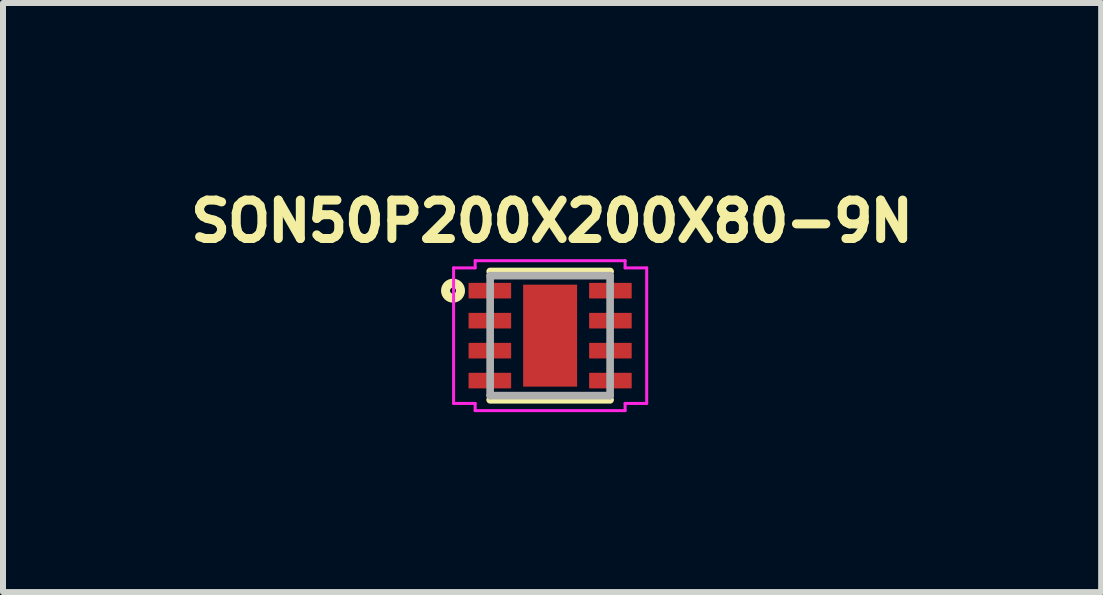
<source format=kicad_pcb>
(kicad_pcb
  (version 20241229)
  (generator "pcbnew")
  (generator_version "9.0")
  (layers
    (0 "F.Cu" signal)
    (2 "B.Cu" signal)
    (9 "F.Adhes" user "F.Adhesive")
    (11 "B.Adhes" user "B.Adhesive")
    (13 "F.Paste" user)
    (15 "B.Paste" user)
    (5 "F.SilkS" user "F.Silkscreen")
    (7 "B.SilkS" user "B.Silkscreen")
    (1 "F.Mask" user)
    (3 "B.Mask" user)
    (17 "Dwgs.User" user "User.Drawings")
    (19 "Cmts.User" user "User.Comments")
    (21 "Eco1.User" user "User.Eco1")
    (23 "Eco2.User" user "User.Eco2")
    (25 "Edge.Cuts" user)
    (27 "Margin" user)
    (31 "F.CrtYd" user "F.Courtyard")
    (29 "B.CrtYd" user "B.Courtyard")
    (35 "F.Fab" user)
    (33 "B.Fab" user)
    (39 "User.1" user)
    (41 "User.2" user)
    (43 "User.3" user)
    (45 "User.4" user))
  (footprint "SON50P200X200X80-9N"
    (layer "F.Cu")
    (at 6.122 2.546)
    (property "Reference" "SON50P200X200X80-9N" (at 0.032 -1.908 0) (layer "F.SilkS") (effects (font (size 0.641 0.641) (thickness 0.15))))
    (attr through_hole)
    (fp_line (start -1 -1.07) (end 1 -1.07) (stroke (width 0.127) (type solid)) (layer "F.SilkS"))
    (fp_line (start -1 1.07) (end 1 1.07) (stroke (width 0.127) (type solid)) (layer "F.SilkS"))
    (fp_circle (center -1.619 -0.75) (end -1.569 -0.75) (stroke (width 0.15) (type solid)) (fill no) (layer "F.SilkS"))
    (fp_poly (pts (xy -0.28 -0.54) (xy 0.28 -0.54) (xy 0.28 0.541) (xy -0.28 0.541)) (stroke (width 0.01) (type solid)) (fill yes) (layer "F.Paste"))
    (fp_line (start -1.61 -1.13) (end -1.25 -1.13) (stroke (width 0.05) (type solid)) (layer "F.CrtYd"))
    (fp_line (start -1.61 1.13) (end -1.61 -1.13) (stroke (width 0.05) (type solid)) (layer "F.CrtYd"))
    (fp_line (start -1.25 -1.25) (end 1.25 -1.25) (stroke (width 0.05) (type solid)) (layer "F.CrtYd"))
    (fp_line (start -1.25 -1.13) (end -1.25 -1.25) (stroke (width 0.05) (type solid)) (layer "F.CrtYd"))
    (fp_line (start -1.25 1.13) (end -1.61 1.13) (stroke (width 0.05) (type solid)) (layer "F.CrtYd"))
    (fp_line (start -1.25 1.25) (end -1.25 1.13) (stroke (width 0.05) (type solid)) (layer "F.CrtYd"))
    (fp_line (start 1.25 -1.25) (end 1.25 -1.13) (stroke (width 0.05) (type solid)) (layer "F.CrtYd"))
    (fp_line (start 1.25 -1.13) (end 1.61 -1.13) (stroke (width 0.05) (type solid)) (layer "F.CrtYd"))
    (fp_line (start 1.25 1.13) (end 1.25 1.25) (stroke (width 0.05) (type solid)) (layer "F.CrtYd"))
    (fp_line (start 1.25 1.25) (end -1.25 1.25) (stroke (width 0.05) (type solid)) (layer "F.CrtYd"))
    (fp_line (start 1.61 -1.13) (end 1.61 1.13) (stroke (width 0.05) (type solid)) (layer "F.CrtYd"))
    (fp_line (start 1.61 1.13) (end 1.25 1.13) (stroke (width 0.05) (type solid)) (layer "F.CrtYd"))
    (fp_line (start -1 -1) (end 1 -1) (stroke (width 0.127) (type solid)) (layer "F.Fab"))
    (fp_line (start -1 1) (end -1 -1) (stroke (width 0.127) (type solid)) (layer "F.Fab"))
    (fp_line (start 1 -1) (end 1 1) (stroke (width 0.127) (type solid)) (layer "F.Fab"))
    (fp_line (start 1 1) (end -1 1) (stroke (width 0.127) (type solid)) (layer "F.Fab"))
    (pad "1" smd roundrect (at -1.005 -0.75) (size 0.71 0.26) (layers "F.Cu" "F.Mask" "F.Paste") (roundrect_rratio 0.03))
    (pad "2" smd roundrect (at -1.005 -0.25) (size 0.71 0.26) (layers "F.Cu" "F.Mask" "F.Paste") (roundrect_rratio 0.03))
    (pad "3" smd roundrect (at -1.005 0.25) (size 0.71 0.26) (layers "F.Cu" "F.Mask" "F.Paste") (roundrect_rratio 0.03))
    (pad "4" smd roundrect (at -1.005 0.75) (size 0.71 0.26) (layers "F.Cu" "F.Mask" "F.Paste") (roundrect_rratio 0.03))
    (pad "5" smd roundrect (at 1.005 0.75 180) (size 0.71 0.26) (layers "F.Cu" "F.Mask" "F.Paste") (roundrect_rratio 0.03))
    (pad "6" smd roundrect (at 1.005 0.25 180) (size 0.71 0.26) (layers "F.Cu" "F.Mask" "F.Paste") (roundrect_rratio 0.03))
    (pad "7" smd roundrect (at 1.005 -0.25 180) (size 0.71 0.26) (layers "F.Cu" "F.Mask" "F.Paste") (roundrect_rratio 0.03))
    (pad "8" smd roundrect (at 1.005 -0.75 180) (size 0.71 0.26) (layers "F.Cu" "F.Mask" "F.Paste") (roundrect_rratio 0.03))
    (pad "9" smd rect (at 0 0) (size 0.9 1.7) (layers "F.Cu" "F.Mask")))
  (gr_rect
    (start -3 -3)
    (end 15.309 6.821)
    (stroke (width 0.1) (type default))
    (fill no)
    (layer "Edge.Cuts")))
</source>
